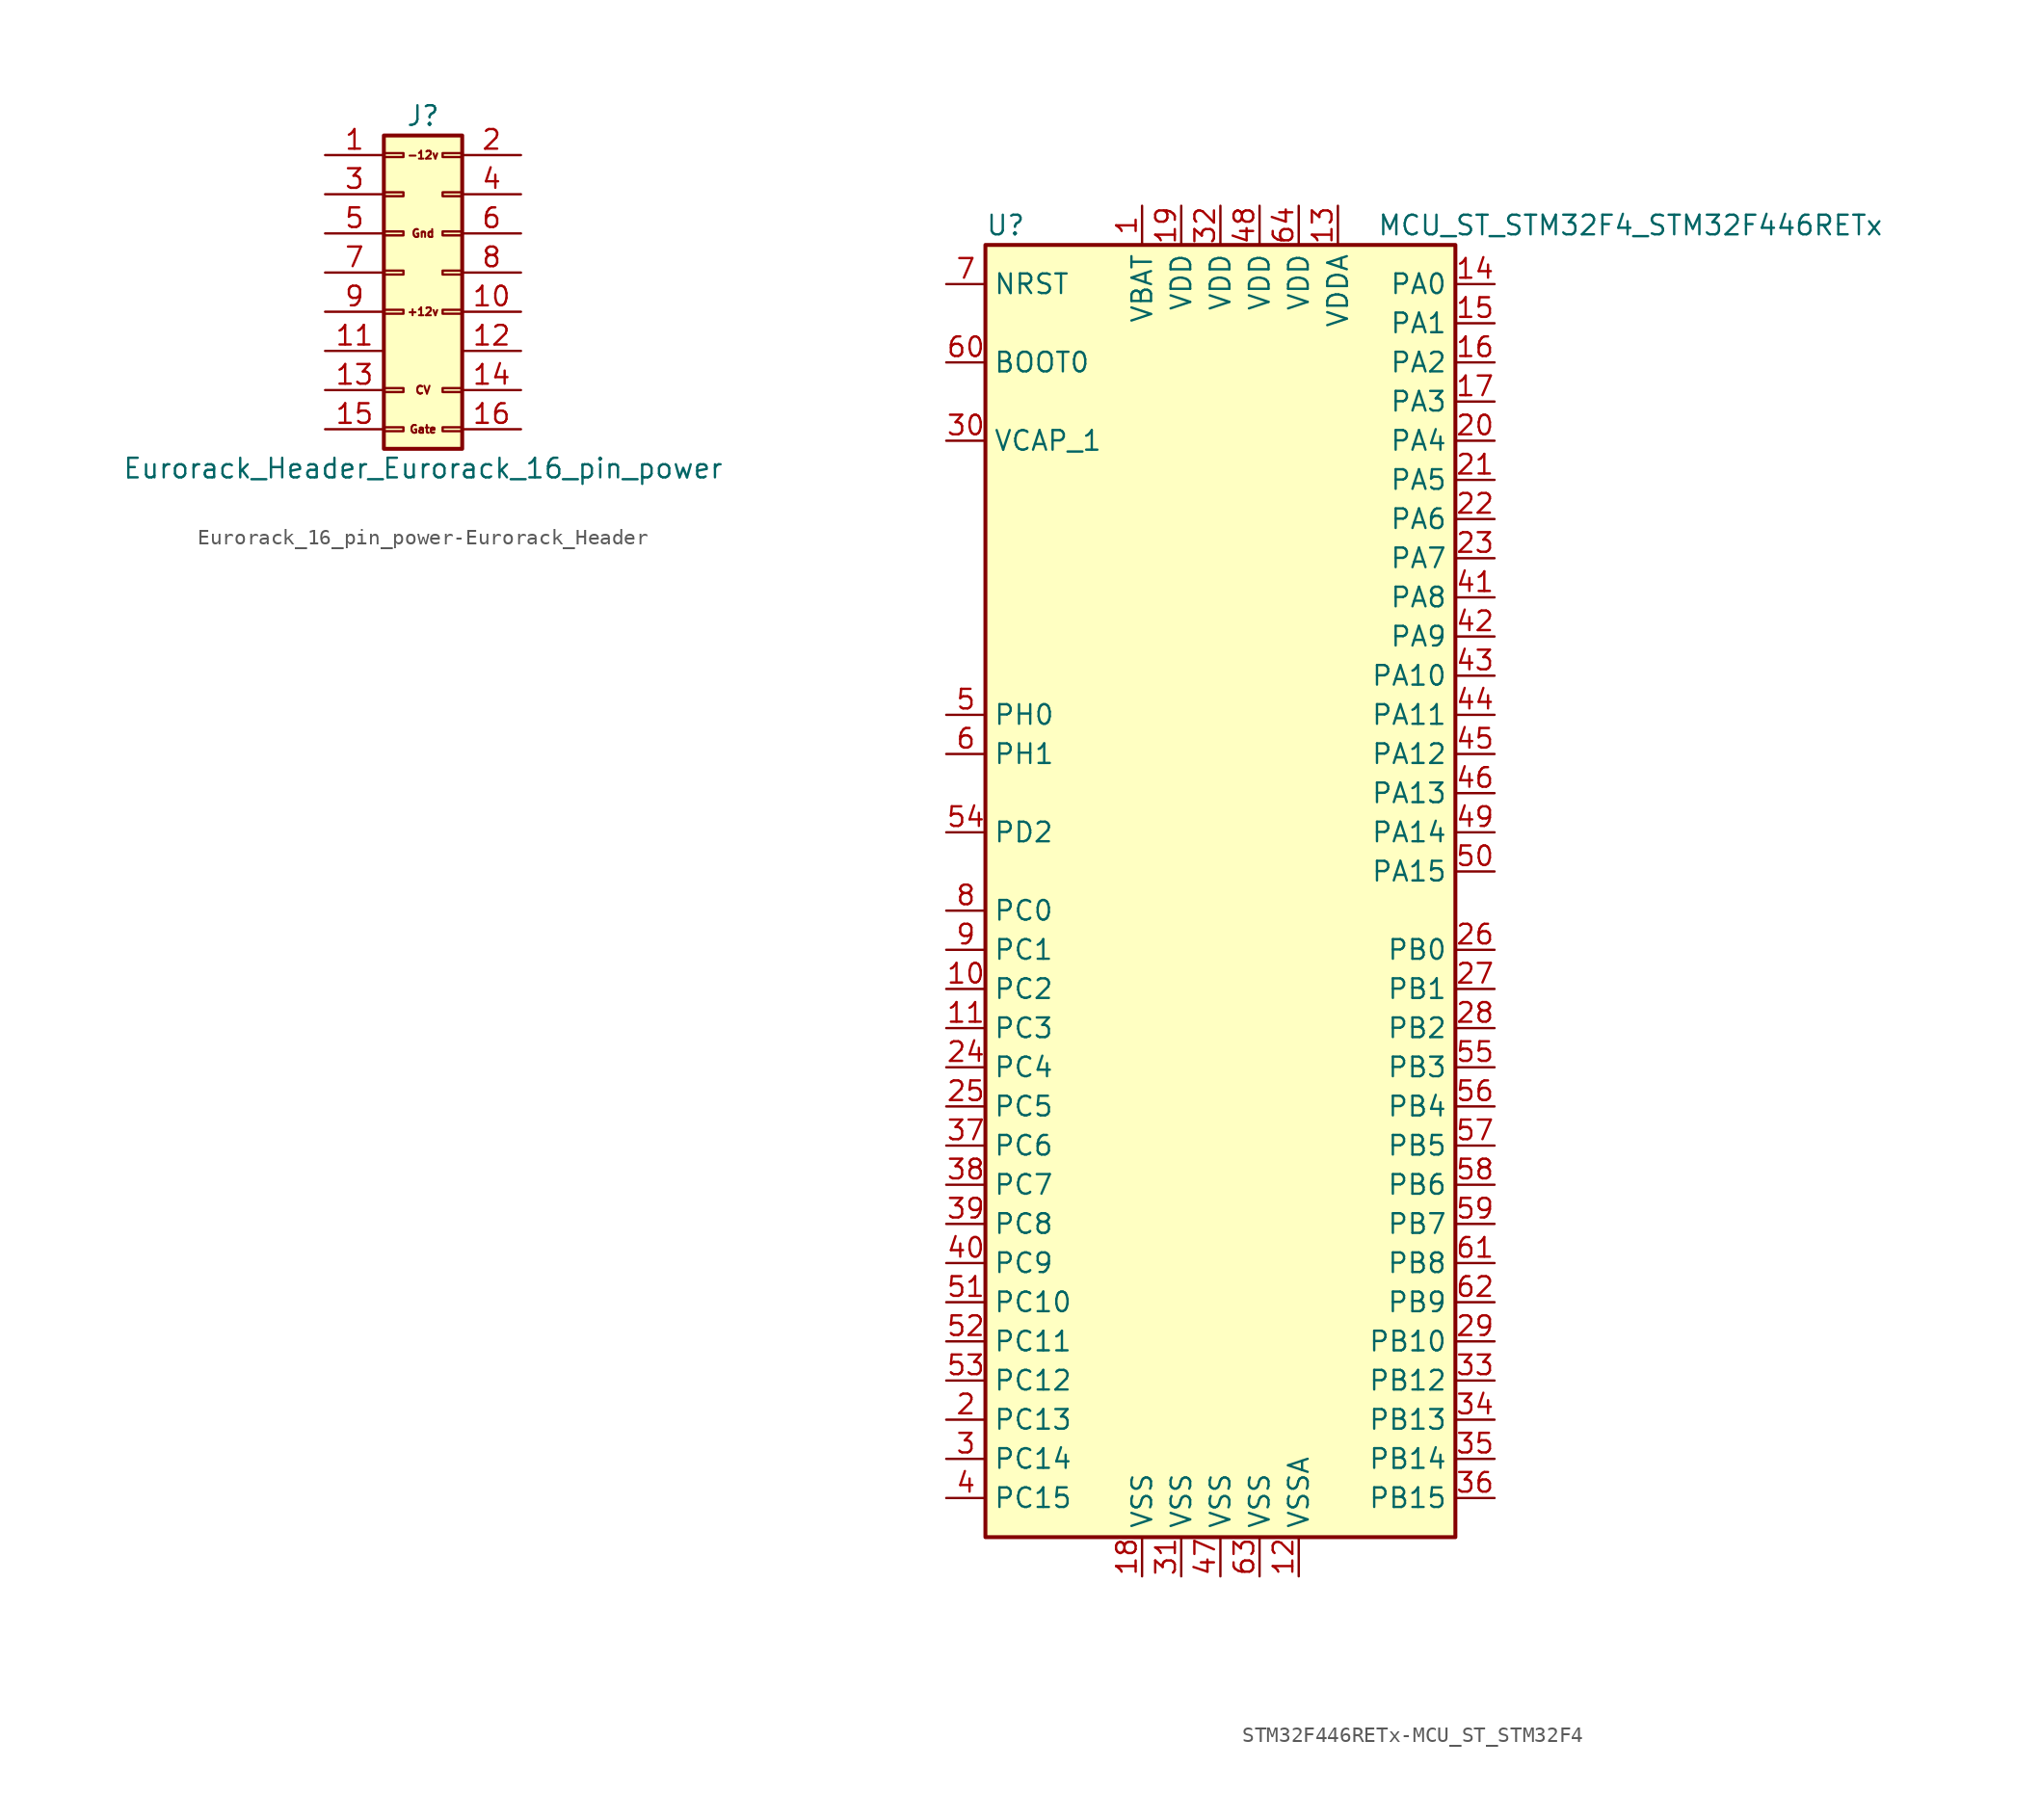
<source format=kicad_sym>
(kicad_symbol_lib
  (version 20220914)
  (generator kicad_symbol_editor)
  (symbol "Eurorack_16_pin_power-Eurorack_Header"
    (pin_names
      (offset 1.016) hide)
    (property "Reference" "J"
      (at 1.27 7.62 0)
      (effects (font (size 1.27 1.27))))
    (property "Value" "Eurorack_Header_Eurorack_16_pin_power"
      (at 1.27 -15.24 0)
      (effects (font (size 1.27 1.27))))
    (symbol "Eurorack_16_pin_power-Eurorack_Header_0_0"
      (text "-12v" (at 1.27 5.08 0) (effects (font (size 0.508 0.508)))))
    (symbol "Eurorack_16_pin_power-Eurorack_Header_1_0"
      (text "+12v" (at 1.27 -5.08 0) (effects (font (size 0.508 0.508))))
      (text "CV" (at 1.27 -10.16 0) (effects (font (size 0.508 0.508))))
      (text "Gate" (at 1.27 -12.7 0) (effects (font (size 0.508 0.508))))
      (text "Gnd" (at 1.27 0 0) (effects (font (size 0.508 0.508)))))
    (symbol "Eurorack_16_pin_power-Eurorack_Header_1_1"
      (rectangle (start -1.27 -12.573) (end 0 -12.827) (stroke (width 0.152) (type solid)) (fill (type none)))
      (rectangle (start -1.27 -10.033) (end 0 -10.287) (stroke (width 0.152) (type solid)) (fill (type none)))
      (rectangle (start -1.27 -4.953) (end 0 -5.207) (stroke (width 0.152) (type solid)) (fill (type none)))
      (rectangle (start -1.27 -2.413) (end 0 -2.667) (stroke (width 0.152) (type solid)) (fill (type none)))
      (rectangle (start -1.27 0.127) (end 0 -0.127) (stroke (width 0.152) (type solid)) (fill (type none)))
      (rectangle (start -1.27 2.667) (end 0 2.413) (stroke (width 0.152) (type solid)) (fill (type none)))
      (rectangle (start -1.27 5.207) (end 0 4.953) (stroke (width 0.152) (type solid)) (fill (type none)))
      (rectangle (start -1.27 6.35) (end 3.81 -13.97) (stroke (width 0.254) (type solid)) (fill (type background)))
      (rectangle (start 3.81 -12.573) (end 2.54 -12.827) (stroke (width 0.152) (type solid)) (fill (type none)))
      (rectangle (start 3.81 -10.033) (end 2.54 -10.287) (stroke (width 0.152) (type solid)) (fill (type none)))
      (rectangle (start 3.81 -4.953) (end 2.54 -5.207) (stroke (width 0.152) (type solid)) (fill (type none)))
      (rectangle (start 3.81 -2.413) (end 2.54 -2.667) (stroke (width 0.152) (type solid)) (fill (type none)))
      (rectangle (start 3.81 0.127) (end 2.54 -0.127) (stroke (width 0.152) (type solid)) (fill (type none)))
      (rectangle (start 3.81 2.667) (end 2.54 2.413) (stroke (width 0.152) (type solid)) (fill (type none)))
      (rectangle (start 3.81 5.207) (end 2.54 4.953) (stroke (width 0.152) (type solid)) (fill (type none)))
      (pin passive line (at -5.08 5.08 0) (length 3.81) (name "Pin_1" (effects (font (size 1.27 1.27)))) (number "1" (effects (font (size 1.27 1.27)))))
      (pin passive line (at 7.62 -5.08 180) (length 3.81) (name "Pin_10" (effects (font (size 1.27 1.27)))) (number "10" (effects (font (size 1.27 1.27)))))
      (pin passive line (at -5.08 -7.62 0) (length 3.81) (name "11" (effects (font (size 1.27 1.27)))) (number "11" (effects (font (size 1.27 1.27)))))
      (pin passive line (at 7.62 -7.62 180) (length 3.81) (name "Pin_12" (effects (font (size 1.27 1.27)))) (number "12" (effects (font (size 1.27 1.27)))))
      (pin passive line (at -5.08 -10.16 0) (length 3.81) (name "Pin_13" (effects (font (size 1.27 1.27)))) (number "13" (effects (font (size 1.27 1.27)))))
      (pin passive line (at 7.62 -10.16 180) (length 3.81) (name "Pin_14" (effects (font (size 1.27 1.27)))) (number "14" (effects (font (size 1.27 1.27)))))
      (pin passive line (at -5.08 -12.7 0) (length 3.81) (name "Pin_15" (effects (font (size 1.27 1.27)))) (number "15" (effects (font (size 1.27 1.27)))))
      (pin passive line (at 7.62 -12.7 180) (length 3.81) (name "Pin_16" (effects (font (size 1.27 1.27)))) (number "16" (effects (font (size 1.27 1.27)))))
      (pin passive line (at 7.62 5.08 180) (length 3.81) (name "Pin_2" (effects (font (size 1.27 1.27)))) (number "2" (effects (font (size 1.27 1.27)))))
      (pin passive line (at -5.08 2.54 0) (length 3.81) (name "Pin_3" (effects (font (size 1.27 1.27)))) (number "3" (effects (font (size 1.27 1.27)))))
      (pin passive line (at 7.62 2.54 180) (length 3.81) (name "Pin_4" (effects (font (size 1.27 1.27)))) (number "4" (effects (font (size 1.27 1.27)))))
      (pin passive line (at -5.08 0 0) (length 3.81) (name "Pin_5" (effects (font (size 1.27 1.27)))) (number "5" (effects (font (size 1.27 1.27)))))
      (pin passive line (at 7.62 0 180) (length 3.81) (name "Pin_6" (effects (font (size 1.27 1.27)))) (number "6" (effects (font (size 1.27 1.27)))))
      (pin passive line (at -5.08 -2.54 0) (length 3.81) (name "Pin_7" (effects (font (size 1.27 1.27)))) (number "7" (effects (font (size 1.27 1.27)))))
      (pin passive line (at 7.62 -2.54 180) (length 3.81) (name "Pin_8" (effects (font (size 1.27 1.27)))) (number "8" (effects (font (size 1.27 1.27)))))
      (pin passive line (at -5.08 -5.08 0) (length 3.81) (name "Pin_9" (effects (font (size 1.27 1.27)))) (number "9" (effects (font (size 1.27 1.27)))))))
  (symbol "STM32F446RETx-MCU_ST_STM32F4"
    (property "Reference" "U"
      (at -15.24 41.91 0)
      (effects (font (size 1.27 1.27)) (justify left)))
    (property "Value" "MCU_ST_STM32F4_STM32F446RETx"
      (at 10.16 41.91 0)
      (effects (font (size 1.27 1.27)) (justify left)))
    (symbol "STM32F446RETx-MCU_ST_STM32F4_0_1"
      (rectangle (start -15.24 -43.18) (end 15.24 40.64) (stroke (width 0.254) (type solid)) (fill (type background))))
    (symbol "STM32F446RETx-MCU_ST_STM32F4_1_1"
      (pin power_in line (at -5.08 43.18 270) (length 2.54) (name "VBAT" (effects (font (size 1.27 1.27)))) (number "1" (effects (font (size 1.27 1.27)))))
      (pin bidirectional line (at -17.78 -7.62 0) (length 2.54) (name "PC2" (effects (font (size 1.27 1.27)))) (number "10" (effects (font (size 1.27 1.27)))))
      (pin bidirectional line (at -17.78 -10.16 0) (length 2.54) (name "PC3" (effects (font (size 1.27 1.27)))) (number "11" (effects (font (size 1.27 1.27)))))
      (pin power_in line (at 5.08 -45.72 90) (length 2.54) (name "VSSA" (effects (font (size 1.27 1.27)))) (number "12" (effects (font (size 1.27 1.27)))))
      (pin power_in line (at 7.62 43.18 270) (length 2.54) (name "VDDA" (effects (font (size 1.27 1.27)))) (number "13" (effects (font (size 1.27 1.27)))))
      (pin bidirectional line (at 17.78 38.1 180) (length 2.54) (name "PA0" (effects (font (size 1.27 1.27)))) (number "14" (effects (font (size 1.27 1.27)))))
      (pin bidirectional line (at 17.78 35.56 180) (length 2.54) (name "PA1" (effects (font (size 1.27 1.27)))) (number "15" (effects (font (size 1.27 1.27)))))
      (pin bidirectional line (at 17.78 33.02 180) (length 2.54) (name "PA2" (effects (font (size 1.27 1.27)))) (number "16" (effects (font (size 1.27 1.27)))))
      (pin bidirectional line (at 17.78 30.48 180) (length 2.54) (name "PA3" (effects (font (size 1.27 1.27)))) (number "17" (effects (font (size 1.27 1.27)))))
      (pin power_in line (at -5.08 -45.72 90) (length 2.54) (name "VSS" (effects (font (size 1.27 1.27)))) (number "18" (effects (font (size 1.27 1.27)))))
      (pin power_in line (at -2.54 43.18 270) (length 2.54) (name "VDD" (effects (font (size 1.27 1.27)))) (number "19" (effects (font (size 1.27 1.27)))))
      (pin bidirectional line (at -17.78 -35.56 0) (length 2.54) (name "PC13" (effects (font (size 1.27 1.27)))) (number "2" (effects (font (size 1.27 1.27)))))
      (pin bidirectional line (at 17.78 27.94 180) (length 2.54) (name "PA4" (effects (font (size 1.27 1.27)))) (number "20" (effects (font (size 1.27 1.27)))))
      (pin bidirectional line (at 17.78 25.4 180) (length 2.54) (name "PA5" (effects (font (size 1.27 1.27)))) (number "21" (effects (font (size 1.27 1.27)))))
      (pin bidirectional line (at 17.78 22.86 180) (length 2.54) (name "PA6" (effects (font (size 1.27 1.27)))) (number "22" (effects (font (size 1.27 1.27)))))
      (pin bidirectional line (at 17.78 20.32 180) (length 2.54) (name "PA7" (effects (font (size 1.27 1.27)))) (number "23" (effects (font (size 1.27 1.27)))))
      (pin bidirectional line (at -17.78 -12.7 0) (length 2.54) (name "PC4" (effects (font (size 1.27 1.27)))) (number "24" (effects (font (size 1.27 1.27)))))
      (pin bidirectional line (at -17.78 -15.24 0) (length 2.54) (name "PC5" (effects (font (size 1.27 1.27)))) (number "25" (effects (font (size 1.27 1.27)))))
      (pin bidirectional line (at 17.78 -5.08 180) (length 2.54) (name "PB0" (effects (font (size 1.27 1.27)))) (number "26" (effects (font (size 1.27 1.27)))))
      (pin bidirectional line (at 17.78 -7.62 180) (length 2.54) (name "PB1" (effects (font (size 1.27 1.27)))) (number "27" (effects (font (size 1.27 1.27)))))
      (pin bidirectional line (at 17.78 -10.16 180) (length 2.54) (name "PB2" (effects (font (size 1.27 1.27)))) (number "28" (effects (font (size 1.27 1.27)))))
      (pin bidirectional line (at 17.78 -30.48 180) (length 2.54) (name "PB10" (effects (font (size 1.27 1.27)))) (number "29" (effects (font (size 1.27 1.27)))))
      (pin bidirectional line (at -17.78 -38.1 0) (length 2.54) (name "PC14" (effects (font (size 1.27 1.27)))) (number "3" (effects (font (size 1.27 1.27)))))
      (pin power_in line (at -17.78 27.94 0) (length 2.54) (name "VCAP_1" (effects (font (size 1.27 1.27)))) (number "30" (effects (font (size 1.27 1.27)))))
      (pin power_in line (at -2.54 -45.72 90) (length 2.54) (name "VSS" (effects (font (size 1.27 1.27)))) (number "31" (effects (font (size 1.27 1.27)))))
      (pin power_in line (at 0 43.18 270) (length 2.54) (name "VDD" (effects (font (size 1.27 1.27)))) (number "32" (effects (font (size 1.27 1.27)))))
      (pin bidirectional line (at 17.78 -33.02 180) (length 2.54) (name "PB12" (effects (font (size 1.27 1.27)))) (number "33" (effects (font (size 1.27 1.27)))))
      (pin bidirectional line (at 17.78 -35.56 180) (length 2.54) (name "PB13" (effects (font (size 1.27 1.27)))) (number "34" (effects (font (size 1.27 1.27)))))
      (pin bidirectional line (at 17.78 -38.1 180) (length 2.54) (name "PB14" (effects (font (size 1.27 1.27)))) (number "35" (effects (font (size 1.27 1.27)))))
      (pin bidirectional line (at 17.78 -40.64 180) (length 2.54) (name "PB15" (effects (font (size 1.27 1.27)))) (number "36" (effects (font (size 1.27 1.27)))))
      (pin bidirectional line (at -17.78 -17.78 0) (length 2.54) (name "PC6" (effects (font (size 1.27 1.27)))) (number "37" (effects (font (size 1.27 1.27)))))
      (pin bidirectional line (at -17.78 -20.32 0) (length 2.54) (name "PC7" (effects (font (size 1.27 1.27)))) (number "38" (effects (font (size 1.27 1.27)))))
      (pin bidirectional line (at -17.78 -22.86 0) (length 2.54) (name "PC8" (effects (font (size 1.27 1.27)))) (number "39" (effects (font (size 1.27 1.27)))))
      (pin bidirectional line (at -17.78 -40.64 0) (length 2.54) (name "PC15" (effects (font (size 1.27 1.27)))) (number "4" (effects (font (size 1.27 1.27)))))
      (pin bidirectional line (at -17.78 -25.4 0) (length 2.54) (name "PC9" (effects (font (size 1.27 1.27)))) (number "40" (effects (font (size 1.27 1.27)))))
      (pin bidirectional line (at 17.78 17.78 180) (length 2.54) (name "PA8" (effects (font (size 1.27 1.27)))) (number "41" (effects (font (size 1.27 1.27)))))
      (pin bidirectional line (at 17.78 15.24 180) (length 2.54) (name "PA9" (effects (font (size 1.27 1.27)))) (number "42" (effects (font (size 1.27 1.27)))))
      (pin bidirectional line (at 17.78 12.7 180) (length 2.54) (name "PA10" (effects (font (size 1.27 1.27)))) (number "43" (effects (font (size 1.27 1.27)))))
      (pin bidirectional line (at 17.78 10.16 180) (length 2.54) (name "PA11" (effects (font (size 1.27 1.27)))) (number "44" (effects (font (size 1.27 1.27)))))
      (pin bidirectional line (at 17.78 7.62 180) (length 2.54) (name "PA12" (effects (font (size 1.27 1.27)))) (number "45" (effects (font (size 1.27 1.27)))))
      (pin bidirectional line (at 17.78 5.08 180) (length 2.54) (name "PA13" (effects (font (size 1.27 1.27)))) (number "46" (effects (font (size 1.27 1.27)))))
      (pin power_in line (at 0 -45.72 90) (length 2.54) (name "VSS" (effects (font (size 1.27 1.27)))) (number "47" (effects (font (size 1.27 1.27)))))
      (pin power_in line (at 2.54 43.18 270) (length 2.54) (name "VDD" (effects (font (size 1.27 1.27)))) (number "48" (effects (font (size 1.27 1.27)))))
      (pin bidirectional line (at 17.78 2.54 180) (length 2.54) (name "PA14" (effects (font (size 1.27 1.27)))) (number "49" (effects (font (size 1.27 1.27)))))
      (pin input line (at -17.78 10.16 0) (length 2.54) (name "PH0" (effects (font (size 1.27 1.27)))) (number "5" (effects (font (size 1.27 1.27)))))
      (pin bidirectional line (at 17.78 0 180) (length 2.54) (name "PA15" (effects (font (size 1.27 1.27)))) (number "50" (effects (font (size 1.27 1.27)))))
      (pin bidirectional line (at -17.78 -27.94 0) (length 2.54) (name "PC10" (effects (font (size 1.27 1.27)))) (number "51" (effects (font (size 1.27 1.27)))))
      (pin bidirectional line (at -17.78 -30.48 0) (length 2.54) (name "PC11" (effects (font (size 1.27 1.27)))) (number "52" (effects (font (size 1.27 1.27)))))
      (pin bidirectional line (at -17.78 -33.02 0) (length 2.54) (name "PC12" (effects (font (size 1.27 1.27)))) (number "53" (effects (font (size 1.27 1.27)))))
      (pin bidirectional line (at -17.78 2.54 0) (length 2.54) (name "PD2" (effects (font (size 1.27 1.27)))) (number "54" (effects (font (size 1.27 1.27)))))
      (pin bidirectional line (at 17.78 -12.7 180) (length 2.54) (name "PB3" (effects (font (size 1.27 1.27)))) (number "55" (effects (font (size 1.27 1.27)))))
      (pin bidirectional line (at 17.78 -15.24 180) (length 2.54) (name "PB4" (effects (font (size 1.27 1.27)))) (number "56" (effects (font (size 1.27 1.27)))))
      (pin bidirectional line (at 17.78 -17.78 180) (length 2.54) (name "PB5" (effects (font (size 1.27 1.27)))) (number "57" (effects (font (size 1.27 1.27)))))
      (pin bidirectional line (at 17.78 -20.32 180) (length 2.54) (name "PB6" (effects (font (size 1.27 1.27)))) (number "58" (effects (font (size 1.27 1.27)))))
      (pin bidirectional line (at 17.78 -22.86 180) (length 2.54) (name "PB7" (effects (font (size 1.27 1.27)))) (number "59" (effects (font (size 1.27 1.27)))))
      (pin input line (at -17.78 7.62 0) (length 2.54) (name "PH1" (effects (font (size 1.27 1.27)))) (number "6" (effects (font (size 1.27 1.27)))))
      (pin input line (at -17.78 33.02 0) (length 2.54) (name "BOOT0" (effects (font (size 1.27 1.27)))) (number "60" (effects (font (size 1.27 1.27)))))
      (pin bidirectional line (at 17.78 -25.4 180) (length 2.54) (name "PB8" (effects (font (size 1.27 1.27)))) (number "61" (effects (font (size 1.27 1.27)))))
      (pin bidirectional line (at 17.78 -27.94 180) (length 2.54) (name "PB9" (effects (font (size 1.27 1.27)))) (number "62" (effects (font (size 1.27 1.27)))))
      (pin power_in line (at 2.54 -45.72 90) (length 2.54) (name "VSS" (effects (font (size 1.27 1.27)))) (number "63" (effects (font (size 1.27 1.27)))))
      (pin power_in line (at 5.08 43.18 270) (length 2.54) (name "VDD" (effects (font (size 1.27 1.27)))) (number "64" (effects (font (size 1.27 1.27)))))
      (pin input line (at -17.78 38.1 0) (length 2.54) (name "NRST" (effects (font (size 1.27 1.27)))) (number "7" (effects (font (size 1.27 1.27)))))
      (pin bidirectional line (at -17.78 -2.54 0) (length 2.54) (name "PC0" (effects (font (size 1.27 1.27)))) (number "8" (effects (font (size 1.27 1.27)))))
      (pin bidirectional line (at -17.78 -5.08 0) (length 2.54) (name "PC1" (effects (font (size 1.27 1.27)))) (number "9" (effects (font (size 1.27 1.27))))))))
</source>
